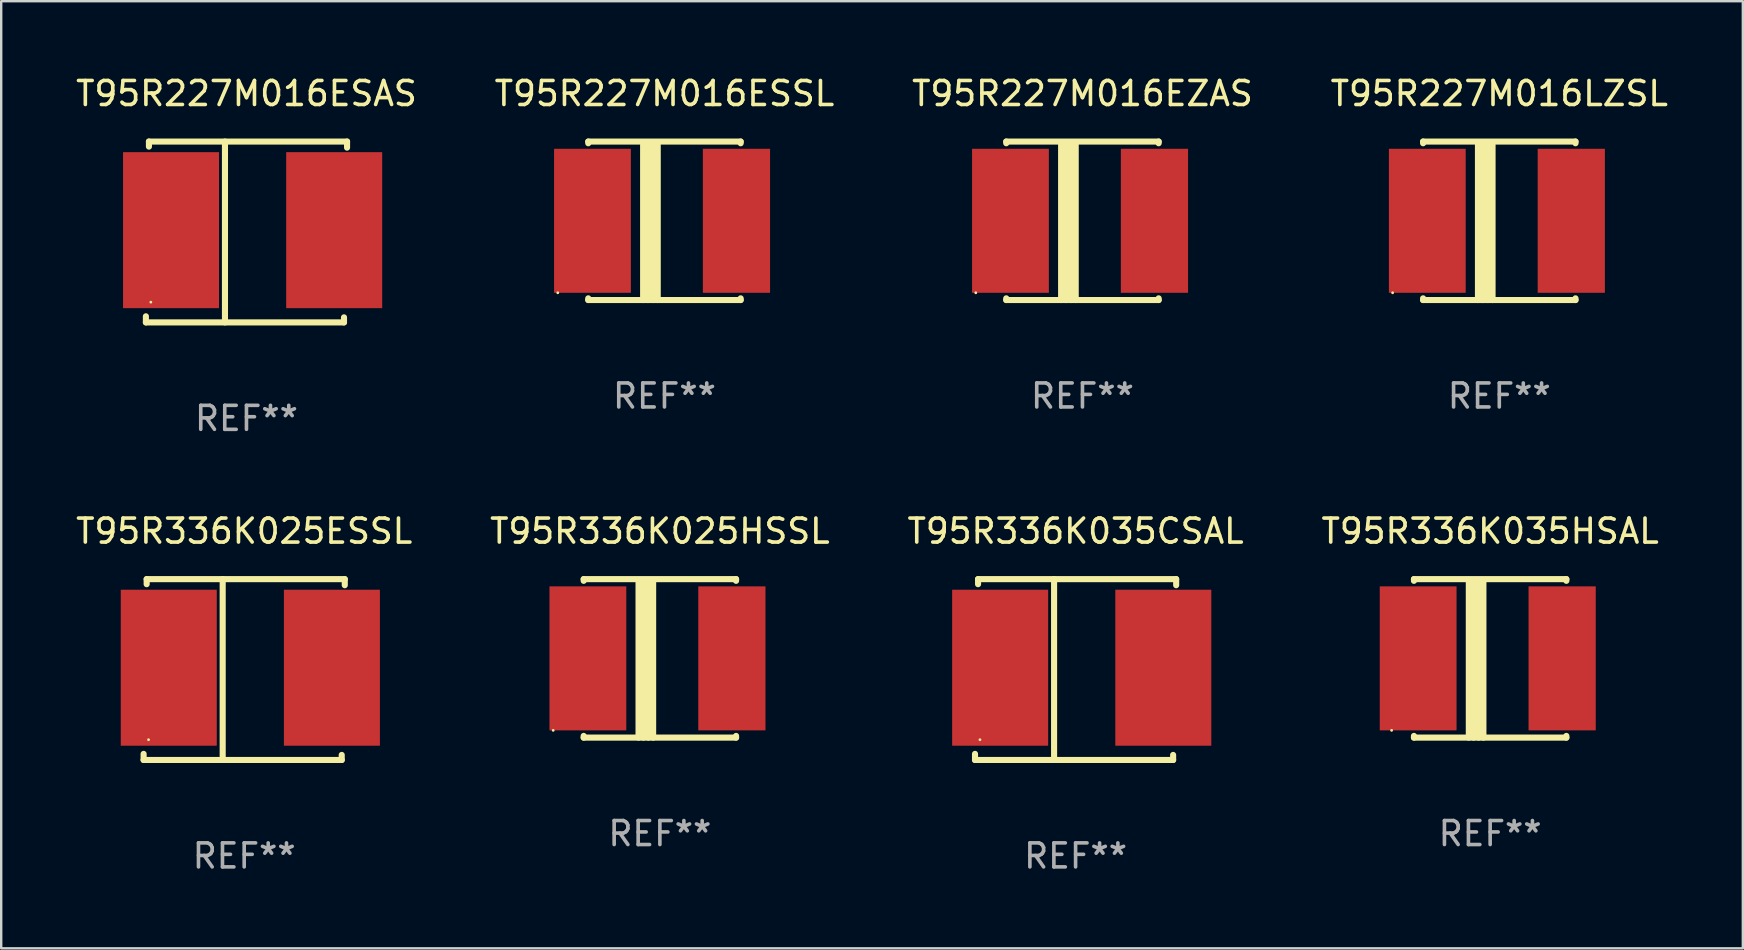
<source format=kicad_pcb>
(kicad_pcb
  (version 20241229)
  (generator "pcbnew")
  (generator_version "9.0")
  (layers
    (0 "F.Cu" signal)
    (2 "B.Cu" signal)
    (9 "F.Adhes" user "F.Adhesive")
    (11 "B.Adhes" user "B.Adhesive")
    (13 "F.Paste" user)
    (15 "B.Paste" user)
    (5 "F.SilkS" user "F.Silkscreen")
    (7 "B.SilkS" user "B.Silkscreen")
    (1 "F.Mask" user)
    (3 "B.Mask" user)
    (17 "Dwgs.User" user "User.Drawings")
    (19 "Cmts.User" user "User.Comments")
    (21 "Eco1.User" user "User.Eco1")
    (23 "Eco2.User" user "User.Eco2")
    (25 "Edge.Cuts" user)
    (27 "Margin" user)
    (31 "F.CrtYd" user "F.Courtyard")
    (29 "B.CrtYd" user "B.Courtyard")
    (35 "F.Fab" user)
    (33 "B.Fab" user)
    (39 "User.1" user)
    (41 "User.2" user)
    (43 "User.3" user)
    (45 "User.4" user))
  (footprint "T95R336K035HSAL"
    (layer "F.Cu")
    (at 59.042 24.383)
    (property "Reference" "T95R336K035HSAL" (at 0 -5.302 0) (layer "F.SilkS") (effects (font (size 1 1) (thickness 0.15))))
    (attr through_hole)
    (fp_line (start -3.175 -3.231) (end -3.175 -3.302) (stroke (width 0.254) (type solid)) (layer "F.SilkS"))
    (fp_line (start -3.175 3.302) (end -3.175 3.231) (stroke (width 0.254) (type solid)) (layer "F.SilkS"))
    (fp_line (start -3.175 3.302) (end 3.175 3.302) (stroke (width 0.254) (type solid)) (layer "F.SilkS"))
    (fp_line (start -0.889 -3.175) (end -0.889 3.302) (stroke (width 0.254) (type solid)) (layer "F.SilkS"))
    (fp_line (start -0.688 -3.175) (end -0.688 3.302) (stroke (width 0.254) (type solid)) (layer "F.SilkS"))
    (fp_line (start -0.478 -3.175) (end -0.478 3.302) (stroke (width 0.254) (type solid)) (layer "F.SilkS"))
    (fp_line (start -0.281 -3.175) (end -0.281 3.302) (stroke (width 0.254) (type solid)) (layer "F.SilkS"))
    (fp_line (start 3.175 -3.302) (end -3.175 -3.302) (stroke (width 0.254) (type solid)) (layer "F.SilkS"))
    (fp_line (start 3.175 -3.302) (end 3.175 -3.231) (stroke (width 0.254) (type solid)) (layer "F.SilkS"))
    (fp_line (start 3.175 3.231) (end 3.175 3.302) (stroke (width 0.254) (type solid)) (layer "F.SilkS"))
    (fp_circle (center -4.106 3) (end -4.076 3) (stroke (width 0.06) (type solid)) (fill no) (layer "F.SilkS"))
    (fp_text user "REF**" (at 0 7.302 0) (layer "F.Fab") (effects (font (size 1 1) (thickness 0.15))))
    (pad "1" smd rect (at -3 -0.000025) (size 3.2 6) (layers "F.Cu" "F.Mask" "F.Paste"))
    (pad "2" smd rect (at 3 -0.000025) (size 2.8 6) (layers "F.Cu" "F.Mask" "F.Paste")))
  (footprint "T95R336K025HSSL"
    (layer "F.Cu")
    (at 24.446 24.383)
    (property "Reference" "T95R336K025HSSL" (at 0 -5.302 0) (layer "F.SilkS") (effects (font (size 1 1) (thickness 0.15))))
    (attr through_hole)
    (fp_line (start -3.175 -3.231) (end -3.175 -3.302) (stroke (width 0.254) (type solid)) (layer "F.SilkS"))
    (fp_line (start -3.175 3.302) (end -3.175 3.231) (stroke (width 0.254) (type solid)) (layer "F.SilkS"))
    (fp_line (start -3.175 3.302) (end 3.175 3.302) (stroke (width 0.254) (type solid)) (layer "F.SilkS"))
    (fp_line (start -0.889 -3.175) (end -0.889 3.302) (stroke (width 0.254) (type solid)) (layer "F.SilkS"))
    (fp_line (start -0.688 -3.175) (end -0.688 3.302) (stroke (width 0.254) (type solid)) (layer "F.SilkS"))
    (fp_line (start -0.478 -3.175) (end -0.478 3.302) (stroke (width 0.254) (type solid)) (layer "F.SilkS"))
    (fp_line (start -0.281 -3.175) (end -0.281 3.302) (stroke (width 0.254) (type solid)) (layer "F.SilkS"))
    (fp_line (start 3.175 -3.302) (end -3.175 -3.302) (stroke (width 0.254) (type solid)) (layer "F.SilkS"))
    (fp_line (start 3.175 -3.302) (end 3.175 -3.231) (stroke (width 0.254) (type solid)) (layer "F.SilkS"))
    (fp_line (start 3.175 3.231) (end 3.175 3.302) (stroke (width 0.254) (type solid)) (layer "F.SilkS"))
    (fp_circle (center -4.445 3) (end -4.415 3) (stroke (width 0.06) (type solid)) (fill no) (layer "F.SilkS"))
    (fp_text user "REF**" (at 0 7.302 0) (layer "F.Fab") (effects (font (size 1 1) (thickness 0.15))))
    (pad "1" smd rect (at -3 0) (size 3.2 6) (layers "F.Cu" "F.Mask" "F.Paste"))
    (pad "2" smd rect (at 3 0) (size 2.8 6) (layers "F.Cu" "F.Mask" "F.Paste")))
  (footprint "T95R227M016LZSL"
    (layer "F.Cu")
    (at 59.423 6.15)
    (property "Reference" "T95R227M016LZSL" (at 0 -5.302 0) (layer "F.SilkS") (effects (font (size 1 1) (thickness 0.15))))
    (attr through_hole)
    (fp_line (start -3.175 -3.231) (end -3.175 -3.302) (stroke (width 0.254) (type solid)) (layer "F.SilkS"))
    (fp_line (start -3.175 3.302) (end -3.175 3.231) (stroke (width 0.254) (type solid)) (layer "F.SilkS"))
    (fp_line (start -3.175 3.302) (end 3.175 3.302) (stroke (width 0.254) (type solid)) (layer "F.SilkS"))
    (fp_line (start -0.889 -3.175) (end -0.889 3.302) (stroke (width 0.254) (type solid)) (layer "F.SilkS"))
    (fp_line (start -0.688 -3.175) (end -0.688 3.302) (stroke (width 0.254) (type solid)) (layer "F.SilkS"))
    (fp_line (start -0.478 -3.175) (end -0.478 3.302) (stroke (width 0.254) (type solid)) (layer "F.SilkS"))
    (fp_line (start -0.281 -3.175) (end -0.281 3.302) (stroke (width 0.254) (type solid)) (layer "F.SilkS"))
    (fp_line (start 3.175 -3.302) (end -3.175 -3.302) (stroke (width 0.254) (type solid)) (layer "F.SilkS"))
    (fp_line (start 3.175 -3.302) (end 3.175 -3.231) (stroke (width 0.254) (type solid)) (layer "F.SilkS"))
    (fp_line (start 3.175 3.231) (end 3.175 3.302) (stroke (width 0.254) (type solid)) (layer "F.SilkS"))
    (fp_circle (center -4.445 3) (end -4.415 3) (stroke (width 0.06) (type solid)) (fill no) (layer "F.SilkS"))
    (fp_text user "REF**" (at 0 7.302 0) (layer "F.Fab") (effects (font (size 1 1) (thickness 0.15))))
    (pad "1" smd rect (at -3 0) (size 3.2 6) (layers "F.Cu" "F.Mask" "F.Paste"))
    (pad "2" smd rect (at 3 0) (size 2.8 6) (layers "F.Cu" "F.Mask" "F.Paste")))
  (footprint "T95R227M016ESAS"
    (layer "F.Cu")
    (at 7.22 6.616)
    (property "Reference" "T95R227M016ESAS" (at 0 -5.768 0) (layer "F.SilkS") (effects (font (size 1 1) (thickness 0.15))))
    (attr through_hole)
    (fp_line (start -4.191 3.768) (end -4.191 3.514) (stroke (width 0.254) (type solid)) (layer "F.SilkS"))
    (fp_line (start -4.064 -3.768) (end 4.191 -3.768) (stroke (width 0.254) (type solid)) (layer "F.SilkS"))
    (fp_line (start -4.064 -3.557) (end -4.064 -3.768) (stroke (width 0.254) (type solid)) (layer "F.SilkS"))
    (fp_line (start -0.896 -3.768) (end -0.896 3.768) (stroke (width 0.254) (type solid)) (layer "F.SilkS"))
    (fp_line (start 4.064 3.557) (end 4.064 3.768) (stroke (width 0.254) (type solid)) (layer "F.SilkS"))
    (fp_line (start 4.064 3.768) (end -4.191 3.768) (stroke (width 0.254) (type solid)) (layer "F.SilkS"))
    (fp_line (start 4.191 -3.768) (end 4.191 -3.514) (stroke (width 0.254) (type solid)) (layer "F.SilkS"))
    (fp_circle (center -3.985 2.924) (end -3.955 2.924) (stroke (width 0.06) (type solid)) (fill no) (layer "F.SilkS"))
    (fp_text user "REF**" (at 0 7.768 0) (layer "F.Fab") (effects (font (size 1 1) (thickness 0.15))))
    (pad "1" smd rect (at -3.143 -0.076 270) (size 6.5 4) (layers "F.Cu" "F.Mask" "F.Paste"))
    (pad "2" smd rect (at 3.655 -0.076 270) (size 6.5 4) (layers "F.Cu" "F.Mask" "F.Paste")))
  (footprint "T95R336K025ESSL"
    (layer "F.Cu")
    (at 7.125 24.849)
    (property "Reference" "T95R336K025ESSL" (at 0 -5.768 0) (layer "F.SilkS") (effects (font (size 1 1) (thickness 0.15))))
    (attr through_hole)
    (fp_line (start -4.191 3.768) (end -4.191 3.514) (stroke (width 0.254) (type solid)) (layer "F.SilkS"))
    (fp_line (start -4.064 -3.768) (end 4.191 -3.768) (stroke (width 0.254) (type solid)) (layer "F.SilkS"))
    (fp_line (start -4.064 -3.557) (end -4.064 -3.768) (stroke (width 0.254) (type solid)) (layer "F.SilkS"))
    (fp_line (start -0.896 -3.768) (end -0.896 3.768) (stroke (width 0.254) (type solid)) (layer "F.SilkS"))
    (fp_line (start 4.064 3.557) (end 4.064 3.768) (stroke (width 0.254) (type solid)) (layer "F.SilkS"))
    (fp_line (start 4.064 3.768) (end -4.191 3.768) (stroke (width 0.254) (type solid)) (layer "F.SilkS"))
    (fp_line (start 4.191 -3.768) (end 4.191 -3.514) (stroke (width 0.254) (type solid)) (layer "F.SilkS"))
    (fp_circle (center -3.985 2.924) (end -3.955 2.924) (stroke (width 0.06) (type solid)) (fill no) (layer "F.SilkS"))
    (fp_text user "REF**" (at 0 7.768 0) (layer "F.Fab") (effects (font (size 1 1) (thickness 0.15))))
    (pad "1" smd rect (at -3.143 -0.076 270) (size 6.5 4) (layers "F.Cu" "F.Mask" "F.Paste"))
    (pad "2" smd rect (at 3.655 -0.076 270) (size 6.5 4) (layers "F.Cu" "F.Mask" "F.Paste")))
  (footprint "T95R336K035CSAL"
    (layer "F.Cu")
    (at 41.768 24.849)
    (property "Reference" "T95R336K035CSAL" (at 0 -5.768 0) (layer "F.SilkS") (effects (font (size 1 1) (thickness 0.15))))
    (attr through_hole)
    (fp_line (start -4.191 3.768) (end -4.191 3.514) (stroke (width 0.254) (type solid)) (layer "F.SilkS"))
    (fp_line (start -4.064 -3.768) (end 4.191 -3.768) (stroke (width 0.254) (type solid)) (layer "F.SilkS"))
    (fp_line (start -4.064 -3.557) (end -4.064 -3.768) (stroke (width 0.254) (type solid)) (layer "F.SilkS"))
    (fp_line (start -0.896 -3.768) (end -0.896 3.768) (stroke (width 0.254) (type solid)) (layer "F.SilkS"))
    (fp_line (start 4.064 3.557) (end 4.064 3.768) (stroke (width 0.254) (type solid)) (layer "F.SilkS"))
    (fp_line (start 4.064 3.768) (end -4.191 3.768) (stroke (width 0.254) (type solid)) (layer "F.SilkS"))
    (fp_line (start 4.191 -3.768) (end 4.191 -3.514) (stroke (width 0.254) (type solid)) (layer "F.SilkS"))
    (fp_circle (center -3.985 2.924) (end -3.955 2.924) (stroke (width 0.06) (type solid)) (fill no) (layer "F.SilkS"))
    (fp_text user "REF**" (at 0 7.768 0) (layer "F.Fab") (effects (font (size 1 1) (thickness 0.15))))
    (pad "1" smd rect (at -3.143 -0.076 270) (size 6.5 4) (layers "F.Cu" "F.Mask" "F.Paste"))
    (pad "2" smd rect (at 3.655 -0.076 270) (size 6.5 4) (layers "F.Cu" "F.Mask" "F.Paste")))
  (footprint "T95R227M016ESSL"
    (layer "F.Cu")
    (at 24.637 6.15)
    (property "Reference" "T95R227M016ESSL" (at 0 -5.302 0) (layer "F.SilkS") (effects (font (size 1 1) (thickness 0.15))))
    (attr through_hole)
    (fp_line (start -3.175 -3.231) (end -3.175 -3.302) (stroke (width 0.254) (type solid)) (layer "F.SilkS"))
    (fp_line (start -3.175 3.302) (end -3.175 3.231) (stroke (width 0.254) (type solid)) (layer "F.SilkS"))
    (fp_line (start -3.175 3.302) (end 3.175 3.302) (stroke (width 0.254) (type solid)) (layer "F.SilkS"))
    (fp_line (start -0.889 -3.175) (end -0.889 3.302) (stroke (width 0.254) (type solid)) (layer "F.SilkS"))
    (fp_line (start -0.688 -3.175) (end -0.688 3.302) (stroke (width 0.254) (type solid)) (layer "F.SilkS"))
    (fp_line (start -0.478 -3.175) (end -0.478 3.302) (stroke (width 0.254) (type solid)) (layer "F.SilkS"))
    (fp_line (start -0.281 -3.175) (end -0.281 3.302) (stroke (width 0.254) (type solid)) (layer "F.SilkS"))
    (fp_line (start 3.175 -3.302) (end -3.175 -3.302) (stroke (width 0.254) (type solid)) (layer "F.SilkS"))
    (fp_line (start 3.175 -3.302) (end 3.175 -3.231) (stroke (width 0.254) (type solid)) (layer "F.SilkS"))
    (fp_line (start 3.175 3.231) (end 3.175 3.302) (stroke (width 0.254) (type solid)) (layer "F.SilkS"))
    (fp_circle (center -4.445 3) (end -4.415 3) (stroke (width 0.06) (type solid)) (fill no) (layer "F.SilkS"))
    (fp_text user "REF**" (at 0 7.302 0) (layer "F.Fab") (effects (font (size 1 1) (thickness 0.15))))
    (pad "1" smd rect (at -3 0) (size 3.2 6) (layers "F.Cu" "F.Mask" "F.Paste"))
    (pad "2" smd rect (at 3 0) (size 2.8 6) (layers "F.Cu" "F.Mask" "F.Paste")))
  (footprint "T95R227M016EZAS"
    (layer "F.Cu")
    (at 42.054 6.15)
    (property "Reference" "T95R227M016EZAS" (at 0 -5.302 0) (layer "F.SilkS") (effects (font (size 1 1) (thickness 0.15))))
    (attr through_hole)
    (fp_line (start -3.175 -3.231) (end -3.175 -3.302) (stroke (width 0.254) (type solid)) (layer "F.SilkS"))
    (fp_line (start -3.175 3.302) (end -3.175 3.231) (stroke (width 0.254) (type solid)) (layer "F.SilkS"))
    (fp_line (start -3.175 3.302) (end 3.175 3.302) (stroke (width 0.254) (type solid)) (layer "F.SilkS"))
    (fp_line (start -0.889 -3.175) (end -0.889 3.302) (stroke (width 0.254) (type solid)) (layer "F.SilkS"))
    (fp_line (start -0.688 -3.175) (end -0.688 3.302) (stroke (width 0.254) (type solid)) (layer "F.SilkS"))
    (fp_line (start -0.478 -3.175) (end -0.478 3.302) (stroke (width 0.254) (type solid)) (layer "F.SilkS"))
    (fp_line (start -0.281 -3.175) (end -0.281 3.302) (stroke (width 0.254) (type solid)) (layer "F.SilkS"))
    (fp_line (start 3.175 -3.302) (end -3.175 -3.302) (stroke (width 0.254) (type solid)) (layer "F.SilkS"))
    (fp_line (start 3.175 -3.302) (end 3.175 -3.231) (stroke (width 0.254) (type solid)) (layer "F.SilkS"))
    (fp_line (start 3.175 3.231) (end 3.175 3.302) (stroke (width 0.254) (type solid)) (layer "F.SilkS"))
    (fp_circle (center -4.445 3) (end -4.415 3) (stroke (width 0.06) (type solid)) (fill no) (layer "F.SilkS"))
    (fp_text user "REF**" (at 0 7.302 0) (layer "F.Fab") (effects (font (size 1 1) (thickness 0.15))))
    (pad "1" smd rect (at -3 0) (size 3.2 6) (layers "F.Cu" "F.Mask" "F.Paste"))
    (pad "2" smd rect (at 3 0) (size 2.8 6) (layers "F.Cu" "F.Mask" "F.Paste")))
  (gr_rect
    (start -3 -3)
    (end 69.571 36.465)
    (stroke (width 0.1) (type default))
    (fill no)
    (layer "Edge.Cuts")))
</source>
